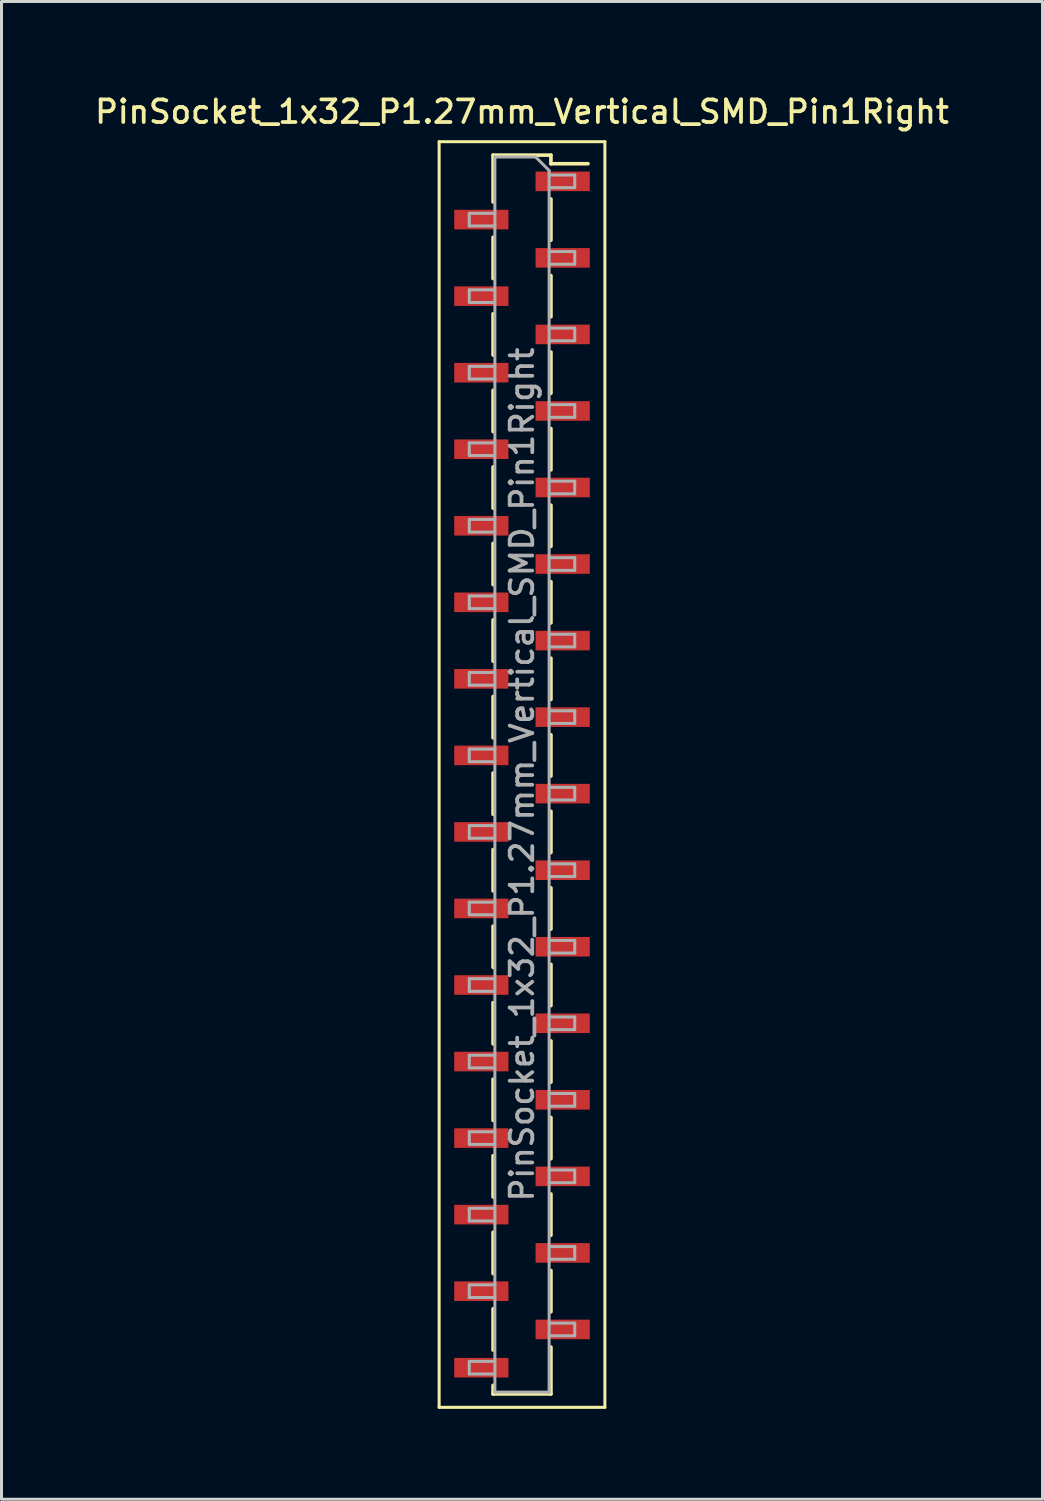
<source format=kicad_pcb>
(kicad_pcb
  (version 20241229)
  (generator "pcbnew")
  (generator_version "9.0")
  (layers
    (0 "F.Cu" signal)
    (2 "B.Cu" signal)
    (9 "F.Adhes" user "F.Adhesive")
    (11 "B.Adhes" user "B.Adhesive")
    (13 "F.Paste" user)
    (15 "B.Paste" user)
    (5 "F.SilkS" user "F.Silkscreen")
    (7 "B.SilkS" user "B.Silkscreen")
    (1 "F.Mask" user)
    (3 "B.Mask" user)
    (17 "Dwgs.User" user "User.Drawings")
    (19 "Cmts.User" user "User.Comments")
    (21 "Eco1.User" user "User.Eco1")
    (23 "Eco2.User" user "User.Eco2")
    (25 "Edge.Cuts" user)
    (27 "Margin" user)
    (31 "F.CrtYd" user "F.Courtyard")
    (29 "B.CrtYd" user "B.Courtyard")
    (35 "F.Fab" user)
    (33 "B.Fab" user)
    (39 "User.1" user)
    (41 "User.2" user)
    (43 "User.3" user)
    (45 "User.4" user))
  (footprint "PinSocket_1x32_P1.27mm_Vertical_SMD_Pin1Right"
    (layer "F.Cu")
    (at 14.273 22.653)
    (property "Reference" "PinSocket_1x32_P1.27mm_Vertical_SMD_Pin1Right" (at 0 -21.995 0) (layer "F.SilkS") (effects (font (size 0.75 0.75) (thickness 0.125))))
    (attr smd)
    (fp_line (start -2.75 -21) (end 2.75 -21) (stroke (width 0.1) (type solid)) (layer "F.SilkS"))
    (fp_line (start -2.75 21) (end -2.75 -21) (stroke (width 0.1) (type solid)) (layer "F.SilkS"))
    (fp_line (start -0.96 -20.555) (end -0.96 -19) (stroke (width 0.12) (type solid)) (layer "F.SilkS"))
    (fp_line (start -0.96 -20.555) (end 0.96 -20.555) (stroke (width 0.12) (type solid)) (layer "F.SilkS"))
    (fp_line (start -0.96 -17.83) (end -0.96 -16.46) (stroke (width 0.12) (type solid)) (layer "F.SilkS"))
    (fp_line (start -0.96 -15.29) (end -0.96 -13.92) (stroke (width 0.12) (type solid)) (layer "F.SilkS"))
    (fp_line (start -0.96 -12.75) (end -0.96 -11.38) (stroke (width 0.12) (type solid)) (layer "F.SilkS"))
    (fp_line (start -0.96 -10.21) (end -0.96 -8.84) (stroke (width 0.12) (type solid)) (layer "F.SilkS"))
    (fp_line (start -0.96 -7.67) (end -0.96 -6.3) (stroke (width 0.12) (type solid)) (layer "F.SilkS"))
    (fp_line (start -0.96 -5.13) (end -0.96 -3.76) (stroke (width 0.12) (type solid)) (layer "F.SilkS"))
    (fp_line (start -0.96 -2.59) (end -0.96 -1.22) (stroke (width 0.12) (type solid)) (layer "F.SilkS"))
    (fp_line (start -0.96 -0.05) (end -0.96 1.32) (stroke (width 0.12) (type solid)) (layer "F.SilkS"))
    (fp_line (start -0.96 2.49) (end -0.96 3.86) (stroke (width 0.12) (type solid)) (layer "F.SilkS"))
    (fp_line (start -0.96 5.03) (end -0.96 6.4) (stroke (width 0.12) (type solid)) (layer "F.SilkS"))
    (fp_line (start -0.96 7.57) (end -0.96 8.94) (stroke (width 0.12) (type solid)) (layer "F.SilkS"))
    (fp_line (start -0.96 10.11) (end -0.96 11.48) (stroke (width 0.12) (type solid)) (layer "F.SilkS"))
    (fp_line (start -0.96 12.65) (end -0.96 14.02) (stroke (width 0.12) (type solid)) (layer "F.SilkS"))
    (fp_line (start -0.96 15.19) (end -0.96 16.56) (stroke (width 0.12) (type solid)) (layer "F.SilkS"))
    (fp_line (start -0.96 17.73) (end -0.96 19.1) (stroke (width 0.12) (type solid)) (layer "F.SilkS"))
    (fp_line (start -0.96 20.27) (end -0.96 20.555) (stroke (width 0.12) (type solid)) (layer "F.SilkS"))
    (fp_line (start -0.96 20.555) (end 0.96 20.555) (stroke (width 0.12) (type solid)) (layer "F.SilkS"))
    (fp_line (start 0.96 -20.555) (end 0.96 -20.27) (stroke (width 0.12) (type solid)) (layer "F.SilkS"))
    (fp_line (start 0.96 -20.27) (end 2.19 -20.27) (stroke (width 0.12) (type solid)) (layer "F.SilkS"))
    (fp_line (start 0.96 -19.1) (end 0.96 -17.73) (stroke (width 0.12) (type solid)) (layer "F.SilkS"))
    (fp_line (start 0.96 -16.56) (end 0.96 -15.19) (stroke (width 0.12) (type solid)) (layer "F.SilkS"))
    (fp_line (start 0.96 -14.02) (end 0.96 -12.65) (stroke (width 0.12) (type solid)) (layer "F.SilkS"))
    (fp_line (start 0.96 -11.48) (end 0.96 -10.11) (stroke (width 0.12) (type solid)) (layer "F.SilkS"))
    (fp_line (start 0.96 -8.94) (end 0.96 -7.57) (stroke (width 0.12) (type solid)) (layer "F.SilkS"))
    (fp_line (start 0.96 -6.4) (end 0.96 -5.03) (stroke (width 0.12) (type solid)) (layer "F.SilkS"))
    (fp_line (start 0.96 -3.86) (end 0.96 -2.49) (stroke (width 0.12) (type solid)) (layer "F.SilkS"))
    (fp_line (start 0.96 -1.32) (end 0.96 0.05) (stroke (width 0.12) (type solid)) (layer "F.SilkS"))
    (fp_line (start 0.96 1.22) (end 0.96 2.59) (stroke (width 0.12) (type solid)) (layer "F.SilkS"))
    (fp_line (start 0.96 3.76) (end 0.96 5.13) (stroke (width 0.12) (type solid)) (layer "F.SilkS"))
    (fp_line (start 0.96 6.3) (end 0.96 7.67) (stroke (width 0.12) (type solid)) (layer "F.SilkS"))
    (fp_line (start 0.96 8.84) (end 0.96 10.21) (stroke (width 0.12) (type solid)) (layer "F.SilkS"))
    (fp_line (start 0.96 11.38) (end 0.96 12.75) (stroke (width 0.12) (type solid)) (layer "F.SilkS"))
    (fp_line (start 0.96 13.92) (end 0.96 15.29) (stroke (width 0.12) (type solid)) (layer "F.SilkS"))
    (fp_line (start 0.96 16.46) (end 0.96 17.83) (stroke (width 0.12) (type solid)) (layer "F.SilkS"))
    (fp_line (start 0.96 19) (end 0.96 20.555) (stroke (width 0.12) (type solid)) (layer "F.SilkS"))
    (fp_line (start 2.75 -21) (end 2.75 21) (stroke (width 0.1) (type solid)) (layer "F.SilkS"))
    (fp_line (start 2.75 21) (end -2.75 21) (stroke (width 0.1) (type solid)) (layer "F.SilkS"))
    (fp_line (start -1.75 -18.625) (end -0.9 -18.625) (stroke (width 0.1) (type solid)) (layer "F.Fab"))
    (fp_line (start -1.75 -18.205) (end -1.75 -18.625) (stroke (width 0.1) (type solid)) (layer "F.Fab"))
    (fp_line (start -1.75 -16.085) (end -0.9 -16.085) (stroke (width 0.1) (type solid)) (layer "F.Fab"))
    (fp_line (start -1.75 -15.665) (end -1.75 -16.085) (stroke (width 0.1) (type solid)) (layer "F.Fab"))
    (fp_line (start -1.75 -13.545) (end -0.9 -13.545) (stroke (width 0.1) (type solid)) (layer "F.Fab"))
    (fp_line (start -1.75 -13.125) (end -1.75 -13.545) (stroke (width 0.1) (type solid)) (layer "F.Fab"))
    (fp_line (start -1.75 -11.005) (end -0.9 -11.005) (stroke (width 0.1) (type solid)) (layer "F.Fab"))
    (fp_line (start -1.75 -10.585) (end -1.75 -11.005) (stroke (width 0.1) (type solid)) (layer "F.Fab"))
    (fp_line (start -1.75 -8.465) (end -0.9 -8.465) (stroke (width 0.1) (type solid)) (layer "F.Fab"))
    (fp_line (start -1.75 -8.045) (end -1.75 -8.465) (stroke (width 0.1) (type solid)) (layer "F.Fab"))
    (fp_line (start -1.75 -5.925) (end -0.9 -5.925) (stroke (width 0.1) (type solid)) (layer "F.Fab"))
    (fp_line (start -1.75 -5.505) (end -1.75 -5.925) (stroke (width 0.1) (type solid)) (layer "F.Fab"))
    (fp_line (start -1.75 -3.385) (end -0.9 -3.385) (stroke (width 0.1) (type solid)) (layer "F.Fab"))
    (fp_line (start -1.75 -2.965) (end -1.75 -3.385) (stroke (width 0.1) (type solid)) (layer "F.Fab"))
    (fp_line (start -1.75 -0.845) (end -0.9 -0.845) (stroke (width 0.1) (type solid)) (layer "F.Fab"))
    (fp_line (start -1.75 -0.425) (end -1.75 -0.845) (stroke (width 0.1) (type solid)) (layer "F.Fab"))
    (fp_line (start -1.75 1.695) (end -0.9 1.695) (stroke (width 0.1) (type solid)) (layer "F.Fab"))
    (fp_line (start -1.75 2.115) (end -1.75 1.695) (stroke (width 0.1) (type solid)) (layer "F.Fab"))
    (fp_line (start -1.75 4.235) (end -0.9 4.235) (stroke (width 0.1) (type solid)) (layer "F.Fab"))
    (fp_line (start -1.75 4.655) (end -1.75 4.235) (stroke (width 0.1) (type solid)) (layer "F.Fab"))
    (fp_line (start -1.75 6.775) (end -0.9 6.775) (stroke (width 0.1) (type solid)) (layer "F.Fab"))
    (fp_line (start -1.75 7.195) (end -1.75 6.775) (stroke (width 0.1) (type solid)) (layer "F.Fab"))
    (fp_line (start -1.75 9.315) (end -0.9 9.315) (stroke (width 0.1) (type solid)) (layer "F.Fab"))
    (fp_line (start -1.75 9.735) (end -1.75 9.315) (stroke (width 0.1) (type solid)) (layer "F.Fab"))
    (fp_line (start -1.75 11.855) (end -0.9 11.855) (stroke (width 0.1) (type solid)) (layer "F.Fab"))
    (fp_line (start -1.75 12.275) (end -1.75 11.855) (stroke (width 0.1) (type solid)) (layer "F.Fab"))
    (fp_line (start -1.75 14.395) (end -0.9 14.395) (stroke (width 0.1) (type solid)) (layer "F.Fab"))
    (fp_line (start -1.75 14.815) (end -1.75 14.395) (stroke (width 0.1) (type solid)) (layer "F.Fab"))
    (fp_line (start -1.75 16.935) (end -0.9 16.935) (stroke (width 0.1) (type solid)) (layer "F.Fab"))
    (fp_line (start -1.75 17.355) (end -1.75 16.935) (stroke (width 0.1) (type solid)) (layer "F.Fab"))
    (fp_line (start -1.75 19.475) (end -0.9 19.475) (stroke (width 0.1) (type solid)) (layer "F.Fab"))
    (fp_line (start -1.75 19.895) (end -1.75 19.475) (stroke (width 0.1) (type solid)) (layer "F.Fab"))
    (fp_line (start -0.9 -20.495) (end 0.45 -20.495) (stroke (width 0.1) (type solid)) (layer "F.Fab"))
    (fp_line (start -0.9 -18.205) (end -1.75 -18.205) (stroke (width 0.1) (type solid)) (layer "F.Fab"))
    (fp_line (start -0.9 -15.665) (end -1.75 -15.665) (stroke (width 0.1) (type solid)) (layer "F.Fab"))
    (fp_line (start -0.9 -13.125) (end -1.75 -13.125) (stroke (width 0.1) (type solid)) (layer "F.Fab"))
    (fp_line (start -0.9 -10.585) (end -1.75 -10.585) (stroke (width 0.1) (type solid)) (layer "F.Fab"))
    (fp_line (start -0.9 -8.045) (end -1.75 -8.045) (stroke (width 0.1) (type solid)) (layer "F.Fab"))
    (fp_line (start -0.9 -5.505) (end -1.75 -5.505) (stroke (width 0.1) (type solid)) (layer "F.Fab"))
    (fp_line (start -0.9 -2.965) (end -1.75 -2.965) (stroke (width 0.1) (type solid)) (layer "F.Fab"))
    (fp_line (start -0.9 -0.425) (end -1.75 -0.425) (stroke (width 0.1) (type solid)) (layer "F.Fab"))
    (fp_line (start -0.9 2.115) (end -1.75 2.115) (stroke (width 0.1) (type solid)) (layer "F.Fab"))
    (fp_line (start -0.9 4.655) (end -1.75 4.655) (stroke (width 0.1) (type solid)) (layer "F.Fab"))
    (fp_line (start -0.9 7.195) (end -1.75 7.195) (stroke (width 0.1) (type solid)) (layer "F.Fab"))
    (fp_line (start -0.9 9.735) (end -1.75 9.735) (stroke (width 0.1) (type solid)) (layer "F.Fab"))
    (fp_line (start -0.9 12.275) (end -1.75 12.275) (stroke (width 0.1) (type solid)) (layer "F.Fab"))
    (fp_line (start -0.9 14.815) (end -1.75 14.815) (stroke (width 0.1) (type solid)) (layer "F.Fab"))
    (fp_line (start -0.9 17.355) (end -1.75 17.355) (stroke (width 0.1) (type solid)) (layer "F.Fab"))
    (fp_line (start -0.9 19.895) (end -1.75 19.895) (stroke (width 0.1) (type solid)) (layer "F.Fab"))
    (fp_line (start -0.9 20.495) (end -0.9 -20.495) (stroke (width 0.1) (type solid)) (layer "F.Fab"))
    (fp_line (start 0.45 -20.495) (end 0.9 -20.045) (stroke (width 0.1) (type solid)) (layer "F.Fab"))
    (fp_line (start 0.9 -20.045) (end 0.9 20.495) (stroke (width 0.1) (type solid)) (layer "F.Fab"))
    (fp_line (start 0.9 -19.895) (end 1.75 -19.895) (stroke (width 0.1) (type solid)) (layer "F.Fab"))
    (fp_line (start 0.9 -17.355) (end 1.75 -17.355) (stroke (width 0.1) (type solid)) (layer "F.Fab"))
    (fp_line (start 0.9 -14.815) (end 1.75 -14.815) (stroke (width 0.1) (type solid)) (layer "F.Fab"))
    (fp_line (start 0.9 -12.275) (end 1.75 -12.275) (stroke (width 0.1) (type solid)) (layer "F.Fab"))
    (fp_line (start 0.9 -9.735) (end 1.75 -9.735) (stroke (width 0.1) (type solid)) (layer "F.Fab"))
    (fp_line (start 0.9 -7.195) (end 1.75 -7.195) (stroke (width 0.1) (type solid)) (layer "F.Fab"))
    (fp_line (start 0.9 -4.655) (end 1.75 -4.655) (stroke (width 0.1) (type solid)) (layer "F.Fab"))
    (fp_line (start 0.9 -2.115) (end 1.75 -2.115) (stroke (width 0.1) (type solid)) (layer "F.Fab"))
    (fp_line (start 0.9 0.425) (end 1.75 0.425) (stroke (width 0.1) (type solid)) (layer "F.Fab"))
    (fp_line (start 0.9 2.965) (end 1.75 2.965) (stroke (width 0.1) (type solid)) (layer "F.Fab"))
    (fp_line (start 0.9 5.505) (end 1.75 5.505) (stroke (width 0.1) (type solid)) (layer "F.Fab"))
    (fp_line (start 0.9 8.045) (end 1.75 8.045) (stroke (width 0.1) (type solid)) (layer "F.Fab"))
    (fp_line (start 0.9 10.585) (end 1.75 10.585) (stroke (width 0.1) (type solid)) (layer "F.Fab"))
    (fp_line (start 0.9 13.125) (end 1.75 13.125) (stroke (width 0.1) (type solid)) (layer "F.Fab"))
    (fp_line (start 0.9 15.665) (end 1.75 15.665) (stroke (width 0.1) (type solid)) (layer "F.Fab"))
    (fp_line (start 0.9 18.205) (end 1.75 18.205) (stroke (width 0.1) (type solid)) (layer "F.Fab"))
    (fp_line (start 0.9 20.495) (end -0.9 20.495) (stroke (width 0.1) (type solid)) (layer "F.Fab"))
    (fp_line (start 1.75 -19.895) (end 1.75 -19.475) (stroke (width 0.1) (type solid)) (layer "F.Fab"))
    (fp_line (start 1.75 -19.475) (end 0.9 -19.475) (stroke (width 0.1) (type solid)) (layer "F.Fab"))
    (fp_line (start 1.75 -17.355) (end 1.75 -16.935) (stroke (width 0.1) (type solid)) (layer "F.Fab"))
    (fp_line (start 1.75 -16.935) (end 0.9 -16.935) (stroke (width 0.1) (type solid)) (layer "F.Fab"))
    (fp_line (start 1.75 -14.815) (end 1.75 -14.395) (stroke (width 0.1) (type solid)) (layer "F.Fab"))
    (fp_line (start 1.75 -14.395) (end 0.9 -14.395) (stroke (width 0.1) (type solid)) (layer "F.Fab"))
    (fp_line (start 1.75 -12.275) (end 1.75 -11.855) (stroke (width 0.1) (type solid)) (layer "F.Fab"))
    (fp_line (start 1.75 -11.855) (end 0.9 -11.855) (stroke (width 0.1) (type solid)) (layer "F.Fab"))
    (fp_line (start 1.75 -9.735) (end 1.75 -9.315) (stroke (width 0.1) (type solid)) (layer "F.Fab"))
    (fp_line (start 1.75 -9.315) (end 0.9 -9.315) (stroke (width 0.1) (type solid)) (layer "F.Fab"))
    (fp_line (start 1.75 -7.195) (end 1.75 -6.775) (stroke (width 0.1) (type solid)) (layer "F.Fab"))
    (fp_line (start 1.75 -6.775) (end 0.9 -6.775) (stroke (width 0.1) (type solid)) (layer "F.Fab"))
    (fp_line (start 1.75 -4.655) (end 1.75 -4.235) (stroke (width 0.1) (type solid)) (layer "F.Fab"))
    (fp_line (start 1.75 -4.235) (end 0.9 -4.235) (stroke (width 0.1) (type solid)) (layer "F.Fab"))
    (fp_line (start 1.75 -2.115) (end 1.75 -1.695) (stroke (width 0.1) (type solid)) (layer "F.Fab"))
    (fp_line (start 1.75 -1.695) (end 0.9 -1.695) (stroke (width 0.1) (type solid)) (layer "F.Fab"))
    (fp_line (start 1.75 0.425) (end 1.75 0.845) (stroke (width 0.1) (type solid)) (layer "F.Fab"))
    (fp_line (start 1.75 0.845) (end 0.9 0.845) (stroke (width 0.1) (type solid)) (layer "F.Fab"))
    (fp_line (start 1.75 2.965) (end 1.75 3.385) (stroke (width 0.1) (type solid)) (layer "F.Fab"))
    (fp_line (start 1.75 3.385) (end 0.9 3.385) (stroke (width 0.1) (type solid)) (layer "F.Fab"))
    (fp_line (start 1.75 5.505) (end 1.75 5.925) (stroke (width 0.1) (type solid)) (layer "F.Fab"))
    (fp_line (start 1.75 5.925) (end 0.9 5.925) (stroke (width 0.1) (type solid)) (layer "F.Fab"))
    (fp_line (start 1.75 8.045) (end 1.75 8.465) (stroke (width 0.1) (type solid)) (layer "F.Fab"))
    (fp_line (start 1.75 8.465) (end 0.9 8.465) (stroke (width 0.1) (type solid)) (layer "F.Fab"))
    (fp_line (start 1.75 10.585) (end 1.75 11.005) (stroke (width 0.1) (type solid)) (layer "F.Fab"))
    (fp_line (start 1.75 11.005) (end 0.9 11.005) (stroke (width 0.1) (type solid)) (layer "F.Fab"))
    (fp_line (start 1.75 13.125) (end 1.75 13.545) (stroke (width 0.1) (type solid)) (layer "F.Fab"))
    (fp_line (start 1.75 13.545) (end 0.9 13.545) (stroke (width 0.1) (type solid)) (layer "F.Fab"))
    (fp_line (start 1.75 15.665) (end 1.75 16.085) (stroke (width 0.1) (type solid)) (layer "F.Fab"))
    (fp_line (start 1.75 16.085) (end 0.9 16.085) (stroke (width 0.1) (type solid)) (layer "F.Fab"))
    (fp_line (start 1.75 18.205) (end 1.75 18.625) (stroke (width 0.1) (type solid)) (layer "F.Fab"))
    (fp_line (start 1.75 18.625) (end 0.9 18.625) (stroke (width 0.1) (type solid)) (layer "F.Fab"))
    (fp_text user "${REFERENCE}" (at 0 0 90) (layer "F.Fab") (effects (font (size 0.75 0.75) (thickness 0.125))))
    (pad "1" smd rect (at 1.35 -19.685) (size 1.8 0.65) (layers "F.Cu" "F.Mask" "F.Paste"))
    (pad "2" smd rect (at -1.35 -18.415) (size 1.8 0.65) (layers "F.Cu" "F.Mask" "F.Paste"))
    (pad "3" smd rect (at 1.35 -17.145) (size 1.8 0.65) (layers "F.Cu" "F.Mask" "F.Paste"))
    (pad "4" smd rect (at -1.35 -15.875) (size 1.8 0.65) (layers "F.Cu" "F.Mask" "F.Paste"))
    (pad "5" smd rect (at 1.35 -14.605) (size 1.8 0.65) (layers "F.Cu" "F.Mask" "F.Paste"))
    (pad "6" smd rect (at -1.35 -13.335) (size 1.8 0.65) (layers "F.Cu" "F.Mask" "F.Paste"))
    (pad "7" smd rect (at 1.35 -12.065) (size 1.8 0.65) (layers "F.Cu" "F.Mask" "F.Paste"))
    (pad "8" smd rect (at -1.35 -10.795) (size 1.8 0.65) (layers "F.Cu" "F.Mask" "F.Paste"))
    (pad "9" smd rect (at 1.35 -9.525) (size 1.8 0.65) (layers "F.Cu" "F.Mask" "F.Paste"))
    (pad "10" smd rect (at -1.35 -8.255) (size 1.8 0.65) (layers "F.Cu" "F.Mask" "F.Paste"))
    (pad "11" smd rect (at 1.35 -6.985) (size 1.8 0.65) (layers "F.Cu" "F.Mask" "F.Paste"))
    (pad "12" smd rect (at -1.35 -5.715) (size 1.8 0.65) (layers "F.Cu" "F.Mask" "F.Paste"))
    (pad "13" smd rect (at 1.35 -4.445) (size 1.8 0.65) (layers "F.Cu" "F.Mask" "F.Paste"))
    (pad "14" smd rect (at -1.35 -3.175) (size 1.8 0.65) (layers "F.Cu" "F.Mask" "F.Paste"))
    (pad "15" smd rect (at 1.35 -1.905) (size 1.8 0.65) (layers "F.Cu" "F.Mask" "F.Paste"))
    (pad "16" smd rect (at -1.35 -0.635) (size 1.8 0.65) (layers "F.Cu" "F.Mask" "F.Paste"))
    (pad "17" smd rect (at 1.35 0.635) (size 1.8 0.65) (layers "F.Cu" "F.Mask" "F.Paste"))
    (pad "18" smd rect (at -1.35 1.905) (size 1.8 0.65) (layers "F.Cu" "F.Mask" "F.Paste"))
    (pad "19" smd rect (at 1.35 3.175) (size 1.8 0.65) (layers "F.Cu" "F.Mask" "F.Paste"))
    (pad "20" smd rect (at -1.35 4.445) (size 1.8 0.65) (layers "F.Cu" "F.Mask" "F.Paste"))
    (pad "21" smd rect (at 1.35 5.715) (size 1.8 0.65) (layers "F.Cu" "F.Mask" "F.Paste"))
    (pad "22" smd rect (at -1.35 6.985) (size 1.8 0.65) (layers "F.Cu" "F.Mask" "F.Paste"))
    (pad "23" smd rect (at 1.35 8.255) (size 1.8 0.65) (layers "F.Cu" "F.Mask" "F.Paste"))
    (pad "24" smd rect (at -1.35 9.525) (size 1.8 0.65) (layers "F.Cu" "F.Mask" "F.Paste"))
    (pad "25" smd rect (at 1.35 10.795) (size 1.8 0.65) (layers "F.Cu" "F.Mask" "F.Paste"))
    (pad "26" smd rect (at -1.35 12.065) (size 1.8 0.65) (layers "F.Cu" "F.Mask" "F.Paste"))
    (pad "27" smd rect (at 1.35 13.335) (size 1.8 0.65) (layers "F.Cu" "F.Mask" "F.Paste"))
    (pad "28" smd rect (at -1.35 14.605) (size 1.8 0.65) (layers "F.Cu" "F.Mask" "F.Paste"))
    (pad "29" smd rect (at 1.35 15.875) (size 1.8 0.65) (layers "F.Cu" "F.Mask" "F.Paste"))
    (pad "30" smd rect (at -1.35 17.145) (size 1.8 0.65) (layers "F.Cu" "F.Mask" "F.Paste"))
    (pad "31" smd rect (at 1.35 18.415) (size 1.8 0.65) (layers "F.Cu" "F.Mask" "F.Paste"))
    (pad "32" smd rect (at -1.35 19.685) (size 1.8 0.65) (layers "F.Cu" "F.Mask" "F.Paste")))
  (gr_rect
    (start -3 -3)
    (end 31.546 46.703)
    (stroke (width 0.1) (type default))
    (fill no)
    (layer "Edge.Cuts")))
</source>
